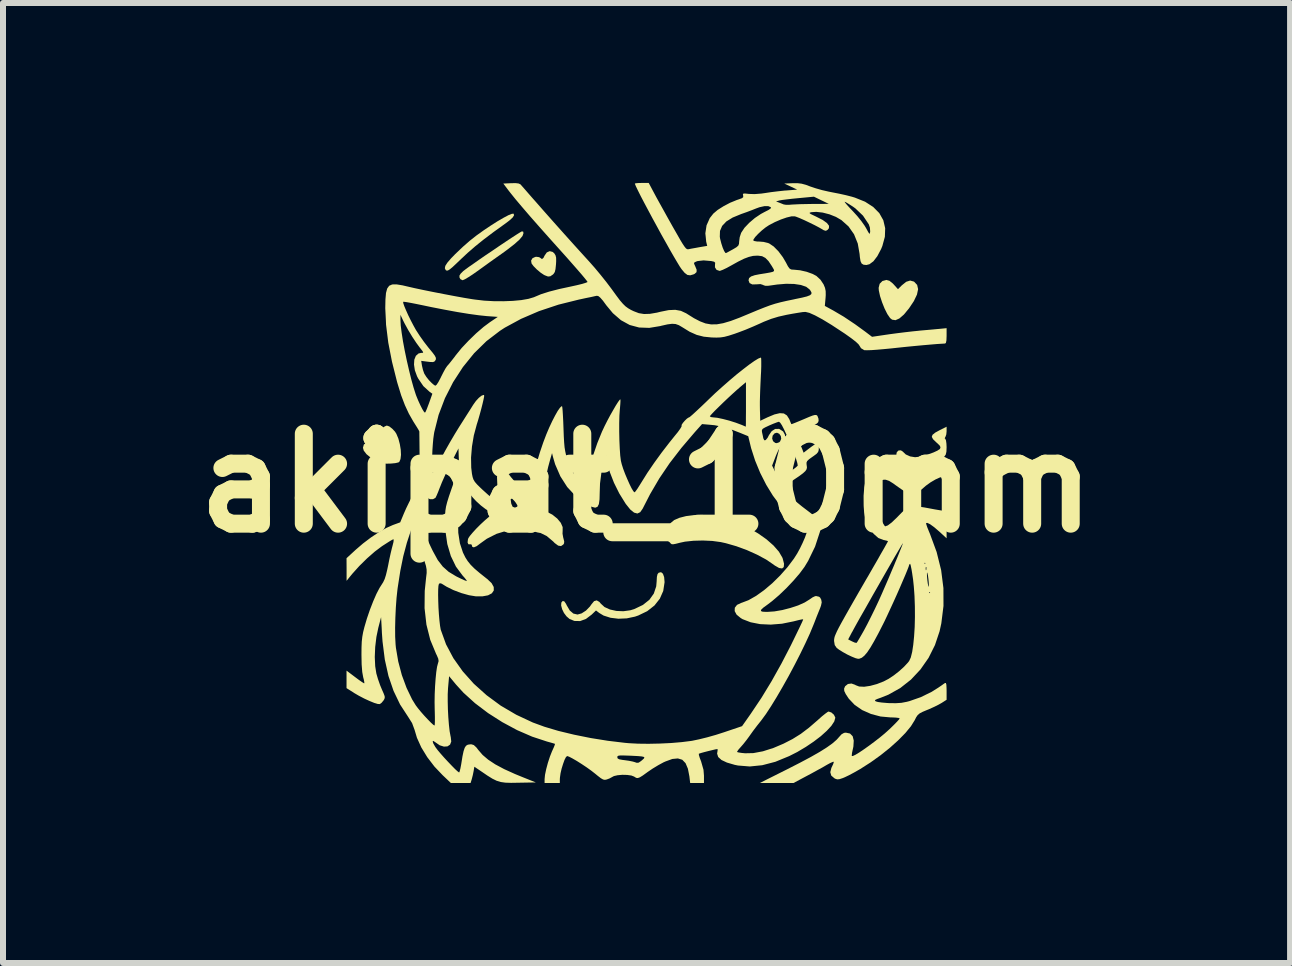
<source format=kicad_pcb>
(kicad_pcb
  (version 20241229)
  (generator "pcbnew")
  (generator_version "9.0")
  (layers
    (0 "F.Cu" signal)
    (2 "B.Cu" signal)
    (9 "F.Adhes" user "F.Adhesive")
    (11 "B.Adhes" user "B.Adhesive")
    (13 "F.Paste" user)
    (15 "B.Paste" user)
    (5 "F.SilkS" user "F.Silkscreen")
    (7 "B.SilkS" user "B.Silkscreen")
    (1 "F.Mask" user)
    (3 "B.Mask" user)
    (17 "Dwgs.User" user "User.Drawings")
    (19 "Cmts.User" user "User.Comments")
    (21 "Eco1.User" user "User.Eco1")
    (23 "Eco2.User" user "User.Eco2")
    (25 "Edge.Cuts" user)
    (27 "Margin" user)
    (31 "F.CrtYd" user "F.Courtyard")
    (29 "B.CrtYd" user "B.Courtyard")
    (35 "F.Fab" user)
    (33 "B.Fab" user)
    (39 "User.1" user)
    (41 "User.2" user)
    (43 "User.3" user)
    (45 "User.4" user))
  (footprint "akipat_10mm"
    (layer "F.Cu")
    (at 7.729 5.002)
    (property "Reference" "akipat_10mm" (at 0 0 0) (layer "F.SilkS") (effects (font (size 1.5 1.5) (thickness 0.3))))
    (attr board_only exclude_from_pos_files exclude_from_bom)
    (fp_poly (pts (xy -1.565 -3.852) (xy -1.538 -3.828) (xy -1.518 -3.796) (xy -1.508 -3.757) (xy -1.507 -3.699) (xy -1.51 -3.645) (xy -1.518 -3.567) (xy -1.53 -3.517) (xy -1.551 -3.485) (xy -1.563 -3.474) (xy -1.605 -3.446) (xy -1.643 -3.442) (xy -1.693 -3.461) (xy -1.71 -3.469) (xy -1.767 -3.507) (xy -1.83 -3.56) (xy -1.885 -3.616) (xy -1.917 -3.659) (xy -1.925 -3.707) (xy -1.902 -3.747) (xy -1.855 -3.769) (xy -1.837 -3.771) (xy -1.792 -3.765) (xy -1.768 -3.751) (xy -1.744 -3.733) (xy -1.719 -3.753) (xy -1.7 -3.791) (xy -1.663 -3.844) (xy -1.615 -3.865)) (stroke (width 0) (type solid)) (fill yes) (layer "F.SilkS"))
    (fp_poly (pts (xy 2.38 -0.477) (xy 2.412 -0.44) (xy 2.423 -0.372) (xy 2.423 -0.369) (xy 2.414 -0.307) (xy 2.38 -0.263) (xy 2.371 -0.255) (xy 2.318 -0.222) (xy 2.276 -0.22) (xy 2.239 -0.246) (xy 2.21 -0.297) (xy 2.208 -0.355) (xy 2.247 -0.355) (xy 2.253 -0.318) (xy 2.259 -0.307) (xy 2.285 -0.304) (xy 2.318 -0.322) (xy 2.341 -0.349) (xy 2.345 -0.362) (xy 2.328 -0.385) (xy 2.296 -0.391) (xy 2.257 -0.381) (xy 2.247 -0.355) (xy 2.208 -0.355) (xy 2.207 -0.358) (xy 2.226 -0.418) (xy 2.263 -0.465) (xy 2.313 -0.488) (xy 2.322 -0.488)) (stroke (width 0) (type solid)) (fill yes) (layer "F.SilkS"))
    (fp_poly (pts (xy 4.049 -3.371) (xy 4.104 -3.327) (xy 4.122 -3.308) (xy 4.191 -3.231) (xy 4.255 -3.295) (xy 4.328 -3.354) (xy 4.394 -3.375) (xy 4.456 -3.358) (xy 4.462 -3.354) (xy 4.511 -3.302) (xy 4.527 -3.231) (xy 4.508 -3.141) (xy 4.456 -3.032) (xy 4.376 -2.912) (xy 4.29 -2.808) (xy 4.215 -2.743) (xy 4.15 -2.714) (xy 4.093 -2.723) (xy 4.059 -2.75) (xy 4.014 -2.816) (xy 3.968 -2.908) (xy 3.926 -3.013) (xy 3.892 -3.117) (xy 3.872 -3.21) (xy 3.869 -3.254) (xy 3.886 -3.321) (xy 3.932 -3.367) (xy 3.998 -3.385) (xy 3.999 -3.385)) (stroke (width 0) (type solid)) (fill yes) (layer "F.SilkS"))
    (fp_poly (pts (xy -2.216 -4.489) (xy -2.209 -4.463) (xy -2.233 -4.425) (xy -2.288 -4.375) (xy -2.357 -4.323) (xy -2.549 -4.185) (xy -2.712 -4.062) (xy -2.855 -3.947) (xy -2.982 -3.837) (xy -3.089 -3.737) (xy -3.175 -3.655) (xy -3.237 -3.597) (xy -3.281 -3.561) (xy -3.311 -3.543) (xy -3.331 -3.54) (xy -3.346 -3.548) (xy -3.348 -3.549) (xy -3.363 -3.58) (xy -3.355 -3.62) (xy -3.321 -3.673) (xy -3.26 -3.744) (xy -3.19 -3.816) (xy -3.064 -3.936) (xy -2.95 -4.036) (xy -2.836 -4.126) (xy -2.71 -4.216) (xy -2.607 -4.285) (xy -2.488 -4.361) (xy -2.385 -4.421) (xy -2.304 -4.464) (xy -2.246 -4.487) (xy -2.217 -4.49)) (stroke (width 0) (type solid)) (fill yes) (layer "F.SilkS"))
    (fp_poly (pts (xy -4.289 -0.943) (xy -4.24 -0.905) (xy -4.194 -0.856) (xy -4.171 -0.82) (xy -4.137 -0.738) (xy -4.113 -0.646) (xy -4.098 -0.554) (xy -4.094 -0.469) (xy -4.102 -0.399) (xy -4.121 -0.354) (xy -4.136 -0.343) (xy -4.188 -0.331) (xy -4.26 -0.324) (xy -4.335 -0.322) (xy -4.397 -0.326) (xy -4.416 -0.33) (xy -4.513 -0.37) (xy -4.6 -0.423) (xy -4.67 -0.481) (xy -4.715 -0.54) (xy -4.728 -0.587) (xy -4.713 -0.642) (xy -4.666 -0.673) (xy -4.589 -0.681) (xy -4.553 -0.678) (xy -4.462 -0.667) (xy -4.461 -0.767) (xy -4.456 -0.833) (xy -4.44 -0.876) (xy -4.408 -0.912) (xy -4.407 -0.913) (xy -4.365 -0.943) (xy -4.332 -0.957) (xy -4.329 -0.957)) (stroke (width 0) (type solid)) (fill yes) (layer "F.SilkS"))
    (fp_poly (pts (xy -2.057 -4.191) (xy -2.052 -4.164) (xy -2.068 -4.118) (xy -2.119 -4.057) (xy -2.204 -3.981) (xy -2.324 -3.888) (xy -2.405 -3.829) (xy -2.507 -3.757) (xy -2.625 -3.673) (xy -2.741 -3.589) (xy -2.819 -3.533) (xy -2.9 -3.476) (xy -2.973 -3.429) (xy -3.029 -3.396) (xy -3.064 -3.381) (xy -3.067 -3.38) (xy -3.102 -3.397) (xy -3.118 -3.423) (xy -3.12 -3.456) (xy -3.1 -3.489) (xy -3.056 -3.533) (xy -3.022 -3.559) (xy -2.962 -3.603) (xy -2.881 -3.659) (xy -2.786 -3.726) (xy -2.68 -3.799) (xy -2.568 -3.874) (xy -2.457 -3.95) (xy -2.351 -4.021) (xy -2.256 -4.084) (xy -2.176 -4.136) (xy -2.117 -4.173) (xy -2.084 -4.192) (xy -2.081 -4.194)) (stroke (width 0) (type solid)) (fill yes) (layer "F.SilkS"))
    (fp_poly (pts (xy 1.072 0.543) (xy 1.196 0.563) (xy 1.367 0.608) (xy 1.539 0.672) (xy 1.705 0.751) (xy 1.86 0.841) (xy 1.999 0.939) (xy 2.116 1.042) (xy 2.206 1.145) (xy 2.265 1.246) (xy 2.271 1.264) (xy 2.292 1.347) (xy 2.287 1.402) (xy 2.259 1.425) (xy 2.209 1.417) (xy 2.139 1.377) (xy 2.115 1.359) (xy 1.993 1.276) (xy 1.842 1.195) (xy 1.673 1.119) (xy 1.496 1.054) (xy 1.322 1.004) (xy 1.236 0.985) (xy 1.095 0.966) (xy 0.939 0.959) (xy 0.783 0.963) (xy 0.641 0.978) (xy 0.557 0.996) (xy 0.486 1.014) (xy 0.443 1.022) (xy 0.418 1.02) (xy 0.4 1.006) (xy 0.389 0.992) (xy 0.358 0.967) (xy 0.335 0.965) (xy 0.324 0.958) (xy 0.321 0.925) (xy 0.325 0.878) (xy 0.334 0.832) (xy 0.347 0.797) (xy 0.351 0.792) (xy 0.366 0.758) (xy 0.374 0.724) (xy 0.401 0.667) (xy 0.461 0.618) (xy 0.549 0.58) (xy 0.659 0.552) (xy 0.786 0.536) (xy 0.926 0.532)) (stroke (width 0) (type solid)) (fill yes) (layer "F.SilkS"))
    (fp_poly (pts (xy 5.002 -0.864) (xy 4.997 -0.81) (xy 4.984 -0.772) (xy 4.981 -0.768) (xy 4.97 -0.745) (xy 4.981 -0.734) (xy 4.992 -0.709) (xy 4.999 -0.657) (xy 5.002 -0.598) (xy 4.999 -0.522) (xy 4.988 -0.474) (xy 4.967 -0.444) (xy 4.965 -0.441) (xy 4.916 -0.411) (xy 4.839 -0.379) (xy 4.742 -0.346) (xy 4.636 -0.317) (xy 4.53 -0.293) (xy 4.434 -0.278) (xy 4.372 -0.274) (xy 4.341 -0.287) (xy 4.294 -0.32) (xy 4.25 -0.36) (xy 4.198 -0.413) (xy 4.171 -0.449) (xy 4.164 -0.478) (xy 4.171 -0.51) (xy 4.174 -0.516) (xy 4.201 -0.542) (xy 4.24 -0.544) (xy 4.273 -0.523) (xy 4.273 -0.522) (xy 4.321 -0.476) (xy 4.394 -0.443) (xy 4.474 -0.43) (xy 4.479 -0.43) (xy 4.541 -0.437) (xy 4.619 -0.455) (xy 4.703 -0.48) (xy 4.783 -0.509) (xy 4.848 -0.539) (xy 4.888 -0.565) (xy 4.893 -0.572) (xy 4.9 -0.596) (xy 4.888 -0.622) (xy 4.85 -0.66) (xy 4.827 -0.68) (xy 4.776 -0.73) (xy 4.755 -0.769) (xy 4.767 -0.803) (xy 4.811 -0.839) (xy 4.884 -0.879) (xy 5.002 -0.938)) (stroke (width 0) (type solid)) (fill yes) (layer "F.SilkS"))
    (fp_poly (pts (xy 0.273 1.513) (xy 0.293 1.569) (xy 0.3 1.65) (xy 0.3 1.656) (xy 0.278 1.8) (xy 0.221 1.929) (xy 0.132 2.042) (xy 0.011 2.137) (xy -0.138 2.209) (xy -0.193 2.228) (xy -0.33 2.257) (xy -0.469 2.263) (xy -0.601 2.247) (xy -0.717 2.21) (xy -0.79 2.166) (xy -0.843 2.125) (xy -0.915 2.194) (xy -1.01 2.266) (xy -1.107 2.302) (xy -1.203 2.3) (xy -1.284 2.267) (xy -1.334 2.224) (xy -1.377 2.167) (xy -1.408 2.103) (xy -1.424 2.042) (xy -1.421 1.994) (xy -1.398 1.967) (xy -1.398 1.967) (xy -1.371 1.974) (xy -1.342 2.016) (xy -1.332 2.038) (xy -1.28 2.126) (xy -1.22 2.177) (xy -1.151 2.193) (xy -1.083 2.174) (xy -1.01 2.127) (xy -0.944 2.059) (xy -0.919 2.023) (xy -0.875 1.97) (xy -0.831 1.957) (xy -0.786 1.983) (xy -0.763 2.011) (xy -0.701 2.068) (xy -0.611 2.109) (xy -0.503 2.133) (xy -0.387 2.138) (xy -0.271 2.122) (xy -0.205 2.102) (xy -0.061 2.033) (xy 0.047 1.947) (xy 0.121 1.843) (xy 0.161 1.723) (xy 0.168 1.642) (xy 0.172 1.565) (xy 0.183 1.519) (xy 0.202 1.496) (xy 0.242 1.487)) (stroke (width 0) (type solid)) (fill yes) (layer "F.SilkS"))
    (fp_poly (pts (xy 5.002 -0.24) (xy 5.002 -0.104) (xy 4.945 -0.104) (xy 4.89 -0.092) (xy 4.817 -0.059) (xy 4.735 -0.011) (xy 4.656 0.046) (xy 4.594 0.1) (xy 4.529 0.151) (xy 4.462 0.181) (xy 4.454 0.183) (xy 4.422 0.187) (xy 4.391 0.183) (xy 4.354 0.17) (xy 4.307 0.143) (xy 4.243 0.101) (xy 4.155 0.039) (xy 4.114 0.009) (xy 4.044 -0.035) (xy 3.988 -0.054) (xy 3.958 -0.055) (xy 3.921 -0.047) (xy 3.899 -0.027) (xy 3.882 0.016) (xy 3.873 0.049) (xy 3.86 0.127) (xy 3.853 0.231) (xy 3.854 0.332) (xy 3.86 0.429) (xy 3.869 0.5) (xy 3.886 0.558) (xy 3.912 0.616) (xy 3.914 0.62) (xy 3.944 0.675) (xy 3.967 0.712) (xy 3.978 0.723) (xy 4.022 0.707) (xy 4.087 0.658) (xy 4.172 0.577) (xy 4.201 0.547) (xy 4.264 0.483) (xy 4.311 0.442) (xy 4.351 0.418) (xy 4.394 0.405) (xy 4.422 0.4) (xy 4.499 0.396) (xy 4.587 0.401) (xy 4.627 0.407) (xy 4.709 0.422) (xy 4.805 0.44) (xy 4.87 0.451) (xy 5.002 0.473) (xy 5.002 0.697) (xy 5.002 0.922) (xy 4.88 0.81) (xy 4.794 0.736) (xy 4.726 0.687) (xy 4.68 0.665) (xy 4.66 0.668) (xy 4.663 0.688) (xy 4.679 0.737) (xy 4.706 0.804) (xy 4.726 0.852) (xy 4.836 1.151) (xy 4.911 1.453) (xy 4.949 1.753) (xy 4.95 2.05) (xy 4.914 2.34) (xy 4.885 2.472) (xy 4.808 2.702) (xy 4.701 2.916) (xy 4.566 3.109) (xy 4.408 3.278) (xy 4.229 3.419) (xy 4.032 3.529) (xy 3.907 3.579) (xy 3.843 3.602) (xy 3.812 3.617) (xy 3.808 3.63) (xy 3.822 3.641) (xy 3.857 3.651) (xy 3.92 3.66) (xy 4.001 3.667) (xy 4.046 3.67) (xy 4.158 3.671) (xy 4.249 3.665) (xy 4.338 3.648) (xy 4.384 3.636) (xy 4.573 3.57) (xy 4.754 3.481) (xy 4.865 3.411) (xy 4.919 3.374) (xy 4.961 3.344) (xy 4.977 3.334) (xy 4.99 3.335) (xy 4.998 3.362) (xy 5.001 3.42) (xy 5.002 3.467) (xy 5.002 3.614) (xy 4.919 3.667) (xy 4.86 3.7) (xy 4.78 3.739) (xy 4.695 3.777) (xy 4.679 3.783) (xy 4.603 3.815) (xy 4.553 3.841) (xy 4.52 3.869) (xy 4.494 3.907) (xy 4.47 3.955) (xy 4.407 4.056) (xy 4.314 4.169) (xy 4.195 4.29) (xy 4.056 4.415) (xy 3.901 4.539) (xy 3.735 4.658) (xy 3.563 4.768) (xy 3.547 4.777) (xy 3.461 4.826) (xy 3.377 4.871) (xy 3.306 4.905) (xy 3.273 4.919) (xy 3.215 4.938) (xy 3.178 4.941) (xy 3.144 4.93) (xy 3.132 4.923) (xy 3.079 4.878) (xy 3.063 4.821) (xy 3.081 4.75) (xy 3.088 4.735) (xy 3.111 4.687) (xy 3.121 4.653) (xy 3.121 4.647) (xy 3.104 4.65) (xy 3.061 4.669) (xy 3.004 4.7) (xy 2.999 4.703) (xy 2.934 4.741) (xy 2.846 4.789) (xy 2.748 4.843) (xy 2.665 4.887) (xy 2.449 5.002) (xy 2.168 5.002) (xy 1.887 5.002) (xy 2.346 4.772) (xy 2.559 4.663) (xy 2.739 4.567) (xy 2.888 4.482) (xy 3.007 4.407) (xy 3.099 4.341) (xy 3.168 4.281) (xy 3.202 4.243) (xy 3.25 4.19) (xy 3.292 4.166) (xy 3.323 4.162) (xy 3.392 4.177) (xy 3.436 4.222) (xy 3.454 4.294) (xy 3.448 4.394) (xy 3.437 4.445) (xy 3.425 4.501) (xy 3.421 4.542) (xy 3.422 4.551) (xy 3.44 4.551) (xy 3.484 4.53) (xy 3.547 4.492) (xy 3.624 4.44) (xy 3.71 4.379) (xy 3.8 4.312) (xy 3.889 4.243) (xy 3.97 4.176) (xy 4.039 4.114) (xy 4.045 4.109) (xy 4.112 4.044) (xy 4.167 3.988) (xy 4.205 3.947) (xy 4.22 3.926) (xy 4.22 3.925) (xy 4.202 3.917) (xy 4.155 3.911) (xy 4.086 3.908) (xy 4.066 3.908) (xy 3.901 3.893) (xy 3.742 3.851) (xy 3.595 3.786) (xy 3.47 3.7) (xy 3.373 3.598) (xy 3.368 3.591) (xy 3.321 3.52) (xy 3.296 3.468) (xy 3.293 3.429) (xy 3.309 3.391) (xy 3.312 3.387) (xy 3.357 3.351) (xy 3.416 3.343) (xy 3.478 3.365) (xy 3.486 3.371) (xy 3.544 3.393) (xy 3.628 3.397) (xy 3.729 3.382) (xy 3.84 3.352) (xy 3.953 3.308) (xy 4.035 3.265) (xy 4.118 3.21) (xy 4.208 3.14) (xy 4.292 3.064) (xy 4.358 2.993) (xy 4.378 2.967) (xy 4.405 2.909) (xy 4.428 2.817) (xy 4.446 2.698) (xy 4.46 2.557) (xy 4.47 2.4) (xy 4.474 2.232) (xy 4.473 2.06) (xy 4.467 1.888) (xy 4.463 1.827) (xy 4.709 1.827) (xy 4.719 1.837) (xy 4.728 1.827) (xy 4.719 1.817) (xy 4.709 1.827) (xy 4.463 1.827) (xy 4.455 1.723) (xy 4.443 1.608) (xy 4.429 1.514) (xy 4.674 1.514) (xy 4.676 1.564) (xy 4.681 1.62) (xy 4.689 1.681) (xy 4.698 1.721) (xy 4.704 1.731) (xy 4.706 1.708) (xy 4.704 1.658) (xy 4.699 1.602) (xy 4.691 1.541) (xy 4.682 1.502) (xy 4.676 1.491) (xy 4.674 1.514) (xy 4.429 1.514) (xy 4.429 1.512) (xy 4.416 1.433) (xy 4.414 1.426) (xy 4.653 1.426) (xy 4.656 1.454) (xy 4.663 1.451) (xy 4.666 1.411) (xy 4.663 1.402) (xy 4.656 1.399) (xy 4.653 1.426) (xy 4.414 1.426) (xy 4.404 1.376) (xy 4.395 1.349) (xy 4.393 1.348) (xy 4.377 1.363) (xy 4.377 1.368) (xy 4.369 1.395) (xy 4.347 1.452) (xy 4.314 1.533) (xy 4.271 1.633) (xy 4.223 1.745) (xy 4.17 1.865) (xy 4.115 1.987) (xy 4.061 2.104) (xy 4.011 2.212) (xy 3.967 2.305) (xy 3.952 2.335) (xy 3.866 2.504) (xy 3.793 2.639) (xy 3.731 2.745) (xy 3.678 2.824) (xy 3.631 2.879) (xy 3.589 2.913) (xy 3.549 2.929) (xy 3.526 2.931) (xy 3.485 2.921) (xy 3.421 2.895) (xy 3.347 2.86) (xy 3.273 2.819) (xy 3.209 2.779) (xy 3.17 2.75) (xy 3.137 2.702) (xy 3.126 2.634) (xy 3.126 2.629) (xy 3.127 2.608) (xy 3.361 2.608) (xy 3.424 2.64) (xy 3.469 2.66) (xy 3.498 2.666) (xy 3.501 2.665) (xy 3.515 2.646) (xy 3.543 2.599) (xy 3.582 2.532) (xy 3.628 2.451) (xy 3.63 2.447) (xy 3.681 2.351) (xy 3.741 2.232) (xy 3.804 2.104) (xy 3.863 1.979) (xy 3.879 1.944) (xy 3.925 1.841) (xy 3.975 1.726) (xy 4.028 1.604) (xy 4.08 1.48) (xy 4.131 1.361) (xy 4.14 1.338) (xy 4.631 1.338) (xy 4.64 1.348) (xy 4.65 1.338) (xy 4.64 1.329) (xy 4.631 1.338) (xy 4.14 1.338) (xy 4.177 1.25) (xy 4.216 1.154) (xy 4.247 1.077) (xy 4.267 1.025) (xy 4.273 1.004) (xy 4.273 1.003) (xy 4.263 1.019) (xy 4.236 1.064) (xy 4.194 1.135) (xy 4.14 1.227) (xy 4.077 1.337) (xy 4.006 1.46) (xy 3.93 1.593) (xy 3.852 1.73) (xy 3.773 1.868) (xy 3.697 2.003) (xy 3.625 2.13) (xy 3.559 2.245) (xy 3.503 2.345) (xy 3.459 2.425) (xy 3.429 2.481) (xy 3.424 2.488) (xy 3.361 2.608) (xy 3.127 2.608) (xy 3.127 2.607) (xy 3.131 2.582) (xy 3.139 2.553) (xy 3.154 2.517) (xy 3.175 2.47) (xy 3.206 2.409) (xy 3.247 2.333) (xy 3.3 2.238) (xy 3.366 2.121) (xy 3.447 1.979) (xy 3.544 1.81) (xy 3.659 1.611) (xy 3.695 1.55) (xy 3.773 1.414) (xy 3.845 1.29) (xy 3.907 1.18) (xy 3.959 1.09) (xy 3.997 1.022) (xy 4.02 0.981) (xy 4.025 0.971) (xy 4.008 0.963) (xy 3.965 0.953) (xy 3.952 0.951) (xy 3.864 0.917) (xy 3.784 0.846) (xy 3.712 0.737) (xy 3.689 0.691) (xy 3.659 0.621) (xy 3.639 0.557) (xy 3.627 0.486) (xy 3.62 0.393) (xy 3.619 0.366) (xy 3.618 0.213) (xy 3.629 0.073) (xy 3.652 -0.047) (xy 3.685 -0.137) (xy 3.694 -0.153) (xy 3.761 -0.23) (xy 3.848 -0.276) (xy 3.949 -0.292) (xy 4.061 -0.277) (xy 4.178 -0.231) (xy 4.296 -0.156) (xy 4.334 -0.126) (xy 4.416 -0.055) (xy 4.515 -0.144) (xy 4.607 -0.215) (xy 4.713 -0.279) (xy 4.822 -0.33) (xy 4.918 -0.361) (xy 4.929 -0.363) (xy 5.002 -0.376)) (stroke (width 0) (type solid)) (fill yes) (layer "F.SilkS"))
    (fp_poly (pts (xy 0.127 -4.831) (xy 0.164 -4.762) (xy 0.217 -4.666) (xy 0.28 -4.553) (xy 0.348 -4.43) (xy 0.418 -4.305) (xy 0.436 -4.273) (xy 0.507 -4.149) (xy 0.561 -4.054) (xy 0.602 -3.986) (xy 0.633 -3.94) (xy 0.656 -3.912) (xy 0.674 -3.899) (xy 0.691 -3.896) (xy 0.703 -3.898) (xy 0.748 -3.907) (xy 0.816 -3.919) (xy 0.881 -3.931) (xy 1.011 -3.953) (xy 0.994 -4.023) (xy 0.986 -4.106) (xy 1.221 -4.106) (xy 1.226 -4.073) (xy 1.246 -3.995) (xy 1.269 -3.924) (xy 1.293 -3.868) (xy 1.314 -3.836) (xy 1.324 -3.833) (xy 1.348 -3.845) (xy 1.395 -3.871) (xy 1.441 -3.896) (xy 1.498 -3.93) (xy 1.529 -3.957) (xy 1.541 -3.987) (xy 1.544 -4.029) (xy 1.553 -4.098) (xy 1.576 -4.168) (xy 1.581 -4.177) (xy 1.633 -4.255) (xy 1.712 -4.338) (xy 1.806 -4.418) (xy 1.906 -4.485) (xy 1.965 -4.517) (xy 2.036 -4.553) (xy 2.071 -4.579) (xy 2.073 -4.597) (xy 2.073 -4.597) (xy 2.03 -4.615) (xy 1.963 -4.615) (xy 1.882 -4.597) (xy 1.827 -4.577) (xy 1.759 -4.55) (xy 1.672 -4.517) (xy 1.584 -4.486) (xy 1.578 -4.484) (xy 1.435 -4.425) (xy 1.33 -4.36) (xy 1.26 -4.286) (xy 1.224 -4.202) (xy 1.221 -4.106) (xy 0.986 -4.106) (xy 0.98 -4.162) (xy 1 -4.295) (xy 1.054 -4.416) (xy 1.113 -4.491) (xy 1.185 -4.552) (xy 1.283 -4.614) (xy 1.393 -4.672) (xy 1.447 -4.694) (xy 2.159 -4.694) (xy 2.208 -4.675) (xy 2.256 -4.656) (xy 2.286 -4.644) (xy 2.322 -4.638) (xy 2.38 -4.638) (xy 2.413 -4.641) (xy 2.47 -4.644) (xy 2.555 -4.648) (xy 2.657 -4.65) (xy 2.765 -4.652) (xy 2.774 -4.652) (xy 3.038 -4.653) (xy 2.964 -4.689) (xy 3.302 -4.689) (xy 3.308 -4.676) (xy 3.337 -4.641) (xy 3.384 -4.589) (xy 3.442 -4.528) (xy 3.513 -4.45) (xy 3.58 -4.367) (xy 3.634 -4.291) (xy 3.659 -4.25) (xy 3.692 -4.189) (xy 3.711 -4.159) (xy 3.721 -4.156) (xy 3.726 -4.178) (xy 3.728 -4.195) (xy 3.723 -4.259) (xy 3.705 -4.312) (xy 3.608 -4.457) (xy 3.482 -4.577) (xy 3.439 -4.608) (xy 3.378 -4.647) (xy 3.33 -4.676) (xy 3.303 -4.689) (xy 3.302 -4.689) (xy 2.964 -4.689) (xy 2.914 -4.713) (xy 2.79 -4.773) (xy 2.525 -4.748) (xy 2.423 -4.738) (xy 2.331 -4.727) (xy 2.259 -4.718) (xy 2.214 -4.71) (xy 2.21 -4.709) (xy 2.159 -4.694) (xy 1.447 -4.694) (xy 1.503 -4.717) (xy 1.539 -4.729) (xy 1.591 -4.748) (xy 1.612 -4.766) (xy 1.61 -4.793) (xy 1.61 -4.793) (xy 1.606 -4.815) (xy 1.617 -4.825) (xy 1.651 -4.825) (xy 1.707 -4.819) (xy 1.801 -4.816) (xy 1.914 -4.825) (xy 1.978 -4.834) (xy 2.077 -4.849) (xy 2.192 -4.863) (xy 2.304 -4.875) (xy 2.325 -4.876) (xy 2.511 -4.891) (xy 2.403 -4.942) (xy 2.296 -4.992) (xy 2.436 -4.998) (xy 2.517 -4.998) (xy 2.584 -4.99) (xy 2.655 -4.971) (xy 2.729 -4.943) (xy 2.816 -4.914) (xy 2.924 -4.883) (xy 3.038 -4.857) (xy 3.103 -4.844) (xy 3.211 -4.823) (xy 3.324 -4.798) (xy 3.425 -4.772) (xy 3.474 -4.757) (xy 3.643 -4.689) (xy 3.778 -4.602) (xy 3.88 -4.499) (xy 3.947 -4.38) (xy 3.978 -4.248) (xy 3.973 -4.105) (xy 3.931 -3.951) (xy 3.91 -3.9) (xy 3.847 -3.781) (xy 3.782 -3.696) (xy 3.716 -3.647) (xy 3.664 -3.634) (xy 3.617 -3.639) (xy 3.586 -3.658) (xy 3.567 -3.698) (xy 3.556 -3.766) (xy 3.551 -3.82) (xy 3.521 -3.992) (xy 3.459 -4.146) (xy 3.367 -4.277) (xy 3.248 -4.383) (xy 3.157 -4.436) (xy 3.049 -4.479) (xy 2.936 -4.508) (xy 2.829 -4.52) (xy 2.751 -4.515) (xy 2.723 -4.508) (xy 2.717 -4.5) (xy 2.735 -4.485) (xy 2.782 -4.462) (xy 2.826 -4.441) (xy 2.936 -4.385) (xy 3.007 -4.334) (xy 3.042 -4.288) (xy 3.04 -4.247) (xy 3.017 -4.219) (xy 2.989 -4.204) (xy 2.956 -4.213) (xy 2.934 -4.226) (xy 2.877 -4.259) (xy 2.801 -4.299) (xy 2.715 -4.341) (xy 2.629 -4.382) (xy 2.552 -4.416) (xy 2.493 -4.439) (xy 2.469 -4.446) (xy 2.414 -4.445) (xy 2.335 -4.426) (xy 2.24 -4.393) (xy 2.138 -4.349) (xy 2.041 -4.298) (xy 1.982 -4.259) (xy 1.919 -4.208) (xy 1.859 -4.152) (xy 1.811 -4.101) (xy 1.783 -4.06) (xy 1.778 -4.045) (xy 1.796 -4.034) (xy 1.841 -4.026) (xy 1.878 -4.025) (xy 1.951 -4.019) (xy 2.021 -4.002) (xy 2.043 -3.994) (xy 2.119 -3.943) (xy 2.198 -3.863) (xy 2.272 -3.764) (xy 2.324 -3.675) (xy 2.357 -3.612) (xy 2.383 -3.576) (xy 2.409 -3.56) (xy 2.444 -3.556) (xy 2.457 -3.556) (xy 2.559 -3.546) (xy 2.669 -3.521) (xy 2.769 -3.485) (xy 2.831 -3.452) (xy 2.899 -3.389) (xy 2.951 -3.311) (xy 2.975 -3.253) (xy 2.986 -3.199) (xy 2.987 -3.132) (xy 2.984 -3.086) (xy 2.972 -2.952) (xy 3.115 -2.874) (xy 3.288 -2.772) (xy 3.475 -2.647) (xy 3.643 -2.525) (xy 3.759 -2.437) (xy 4.043 -2.479) (xy 4.17 -2.496) (xy 4.307 -2.513) (xy 4.438 -2.528) (xy 4.548 -2.539) (xy 4.552 -2.54) (xy 4.656 -2.549) (xy 4.758 -2.558) (xy 4.844 -2.566) (xy 4.889 -2.57) (xy 5.002 -2.581) (xy 5.002 -2.453) (xy 4.999 -2.376) (xy 4.99 -2.335) (xy 4.977 -2.325) (xy 4.928 -2.322) (xy 4.845 -2.317) (xy 4.738 -2.308) (xy 4.611 -2.297) (xy 4.473 -2.284) (xy 4.328 -2.27) (xy 4.185 -2.255) (xy 4.084 -2.244) (xy 3.959 -2.232) (xy 3.845 -2.222) (xy 3.748 -2.215) (xy 3.675 -2.213) (xy 3.632 -2.214) (xy 3.628 -2.215) (xy 3.575 -2.247) (xy 3.554 -2.282) (xy 3.533 -2.313) (xy 3.487 -2.356) (xy 3.412 -2.414) (xy 3.308 -2.488) (xy 3.267 -2.515) (xy 3.086 -2.634) (xy 2.933 -2.727) (xy 2.809 -2.794) (xy 2.715 -2.836) (xy 2.65 -2.852) (xy 2.644 -2.852) (xy 2.601 -2.849) (xy 2.53 -2.838) (xy 2.44 -2.823) (xy 2.342 -2.805) (xy 2.341 -2.805) (xy 2.199 -2.773) (xy 2.077 -2.736) (xy 1.955 -2.688) (xy 1.885 -2.656) (xy 1.774 -2.607) (xy 1.65 -2.555) (xy 1.531 -2.51) (xy 1.467 -2.487) (xy 1.371 -2.456) (xy 1.299 -2.437) (xy 1.235 -2.427) (xy 1.167 -2.424) (xy 1.086 -2.426) (xy 0.954 -2.439) (xy 0.836 -2.469) (xy 0.719 -2.521) (xy 0.594 -2.598) (xy 0.538 -2.631) (xy 0.484 -2.65) (xy 0.425 -2.654) (xy 0.348 -2.644) (xy 0.246 -2.621) (xy 0.228 -2.616) (xy 0.046 -2.586) (xy -0.124 -2.592) (xy -0.281 -2.634) (xy -0.427 -2.714) (xy -0.562 -2.831) (xy -0.67 -2.961) (xy -0.728 -3.04) (xy -0.771 -3.089) (xy -0.802 -3.115) (xy -0.827 -3.121) (xy -0.83 -3.121) (xy -0.864 -3.114) (xy -0.926 -3.1) (xy -1.011 -3.083) (xy -1.107 -3.062) (xy -1.123 -3.059) (xy -1.469 -2.973) (xy -1.793 -2.865) (xy -2.093 -2.736) (xy -2.364 -2.589) (xy -2.444 -2.537) (xy -2.669 -2.365) (xy -2.876 -2.162) (xy -3.062 -1.932) (xy -3.225 -1.681) (xy -3.361 -1.414) (xy -3.467 -1.135) (xy -3.539 -0.849) (xy -3.545 -0.813) (xy -3.555 -0.741) (xy -3.563 -0.651) (xy -3.57 -0.55) (xy -3.574 -0.447) (xy -3.576 -0.35) (xy -3.576 -0.267) (xy -3.572 -0.205) (xy -3.566 -0.173) (xy -3.565 -0.172) (xy -3.553 -0.184) (xy -3.526 -0.226) (xy -3.489 -0.291) (xy -3.444 -0.375) (xy -3.419 -0.423) (xy -3.354 -0.544) (xy -3.277 -0.68) (xy -3.197 -0.816) (xy -3.124 -0.935) (xy -3.122 -0.938) (xy -3.059 -1.037) (xy -2.997 -1.135) (xy -2.942 -1.221) (xy -2.9 -1.288) (xy -2.89 -1.304) (xy -2.845 -1.367) (xy -2.797 -1.419) (xy -2.752 -1.455) (xy -2.718 -1.468) (xy -2.708 -1.464) (xy -2.708 -1.442) (xy -2.718 -1.391) (xy -2.735 -1.318) (xy -2.757 -1.231) (xy -2.782 -1.139) (xy -2.808 -1.048) (xy -2.833 -0.968) (xy -2.833 -0.967) (xy -2.88 -0.792) (xy -2.911 -0.607) (xy -2.926 -0.424) (xy -2.923 -0.255) (xy -2.911 -0.153) (xy -2.9 -0.099) (xy -2.886 -0.058) (xy -2.863 -0.019) (xy -2.826 0.024) (xy -2.768 0.081) (xy -2.732 0.115) (xy -2.64 0.198) (xy -2.566 0.26) (xy -2.51 0.299) (xy -2.478 0.311) (xy -2.472 0.309) (xy -2.471 0.288) (xy -2.471 0.278) (xy -2.265 0.278) (xy -2.257 0.337) (xy -2.254 0.349) (xy -2.232 0.397) (xy -2.194 0.41) (xy -2.156 0.395) (xy -2.153 0.373) (xy -2.181 0.328) (xy -2.2 0.304) (xy -2.239 0.263) (xy -2.26 0.254) (xy -2.265 0.278) (xy -2.471 0.278) (xy -2.474 0.238) (xy -2.48 0.166) (xy -2.484 0.127) (xy -2.493 -0.094) (xy -2.475 -0.303) (xy -2.468 -0.341) (xy -2.459 -0.379) (xy -2.448 -0.383) (xy -2.429 -0.36) (xy -2.403 -0.32) (xy -2.37 -0.263) (xy -2.355 -0.234) (xy -2.315 -0.17) (xy -2.261 -0.098) (xy -2.224 -0.055) (xy -2.165 0.012) (xy -2.099 0.091) (xy -2.054 0.148) (xy -2.007 0.206) (xy -1.975 0.233) (xy -1.954 0.227) (xy -1.94 0.187) (xy -1.928 0.11) (xy -1.925 0.088) (xy -1.905 -0.033) (xy -1.872 -0.18) (xy -1.829 -0.343) (xy -1.778 -0.512) (xy -1.722 -0.677) (xy -1.671 -0.811) (xy -1.623 -0.924) (xy -1.573 -1.031) (xy -1.525 -1.124) (xy -1.482 -1.2) (xy -1.445 -1.253) (xy -1.419 -1.279) (xy -1.408 -1.278) (xy -1.404 -1.256) (xy -1.399 -1.201) (xy -1.394 -1.12) (xy -1.389 -1.019) (xy -1.385 -0.912) (xy -1.38 -0.778) (xy -1.374 -0.675) (xy -1.367 -0.595) (xy -1.356 -0.529) (xy -1.343 -0.469) (xy -1.324 -0.407) (xy -1.322 -0.401) (xy -1.289 -0.312) (xy -1.251 -0.223) (xy -1.214 -0.152) (xy -1.21 -0.147) (xy -1.167 -0.084) (xy -1.117 -0.021) (xy -1.067 0.036) (xy -1.024 0.078) (xy -0.995 0.097) (xy -0.992 0.098) (xy -0.984 0.08) (xy -0.978 0.035) (xy -0.977 -0.001) (xy -0.966 -0.136) (xy -0.935 -0.297) (xy -0.886 -0.475) (xy -0.821 -0.665) (xy -0.742 -0.859) (xy -0.738 -0.867) (xy -0.7 -0.948) (xy -0.655 -1.037) (xy -0.607 -1.127) (xy -0.558 -1.213) (xy -0.514 -1.289) (xy -0.476 -1.349) (xy -0.449 -1.386) (xy -0.436 -1.395) (xy -0.436 -1.394) (xy -0.435 -1.367) (xy -0.438 -1.312) (xy -0.444 -1.239) (xy -0.446 -1.22) (xy -0.453 -1.122) (xy -0.456 -0.997) (xy -0.456 -0.857) (xy -0.453 -0.713) (xy -0.447 -0.576) (xy -0.439 -0.457) (xy -0.428 -0.371) (xy -0.414 -0.313) (xy -0.39 -0.237) (xy -0.358 -0.152) (xy -0.321 -0.064) (xy -0.284 0.019) (xy -0.25 0.088) (xy -0.221 0.136) (xy -0.202 0.156) (xy -0.201 0.156) (xy -0.185 0.141) (xy -0.154 0.098) (xy -0.114 0.035) (xy -0.078 -0.023) (xy 0.014 -0.17) (xy 0.126 -0.334) (xy 0.25 -0.505) (xy 0.378 -0.671) (xy 0.467 -0.782) (xy 0.521 -0.848) (xy 0.561 -0.904) (xy 0.583 -0.941) (xy 0.584 -0.955) (xy 0.585 -0.97) (xy 0.606 -1.002) (xy 0.638 -1.039) (xy 0.673 -1.073) (xy 0.702 -1.092) (xy 0.71 -1.094) (xy 0.728 -1.107) (xy 0.734 -1.112) (xy 1.055 -1.112) (xy 1.072 -1.099) (xy 1.11 -1.094) (xy 1.179 -1.087) (xy 1.273 -1.067) (xy 1.381 -1.039) (xy 1.491 -1.004) (xy 1.592 -0.966) (xy 1.654 -0.939) (xy 1.655 -0.957) (xy 1.656 -1.009) (xy 1.656 -1.087) (xy 1.657 -1.186) (xy 1.657 -1.301) (xy 1.657 -1.309) (xy 1.657 -1.68) (xy 1.566 -1.604) (xy 1.506 -1.552) (xy 1.434 -1.487) (xy 1.356 -1.415) (xy 1.278 -1.341) (xy 1.204 -1.269) (xy 1.139 -1.205) (xy 1.09 -1.154) (xy 1.061 -1.121) (xy 1.055 -1.112) (xy 0.734 -1.112) (xy 0.771 -1.144) (xy 0.832 -1.2) (xy 0.909 -1.272) (xy 0.996 -1.355) (xy 1.034 -1.392) (xy 1.147 -1.5) (xy 1.266 -1.607) (xy 1.386 -1.712) (xy 1.503 -1.811) (xy 1.614 -1.899) (xy 1.713 -1.975) (xy 1.797 -2.034) (xy 1.862 -2.074) (xy 1.903 -2.09) (xy 1.907 -2.091) (xy 1.911 -2.072) (xy 1.912 -2.022) (xy 1.912 -1.946) (xy 1.909 -1.851) (xy 1.906 -1.802) (xy 1.899 -1.654) (xy 1.894 -1.536) (xy 1.891 -1.441) (xy 1.889 -1.361) (xy 1.889 -1.287) (xy 1.89 -1.212) (xy 1.891 -1.178) (xy 1.895 -1.037) (xy 2.017 -1.095) (xy 2.132 -1.143) (xy 2.221 -1.164) (xy 2.289 -1.159) (xy 2.34 -1.126) (xy 2.378 -1.066) (xy 2.384 -1.052) (xy 2.402 -1.007) (xy 2.413 -0.983) (xy 2.414 -0.981) (xy 2.432 -0.986) (xy 2.478 -1.004) (xy 2.546 -1.032) (xy 2.62 -1.063) (xy 2.709 -1.101) (xy 2.768 -1.124) (xy 2.806 -1.134) (xy 2.829 -1.134) (xy 2.844 -1.123) (xy 2.849 -1.118) (xy 2.866 -1.072) (xy 2.868 -1.037) (xy 2.86 -1.012) (xy 2.839 -0.991) (xy 2.798 -0.967) (xy 2.729 -0.938) (xy 2.683 -0.919) (xy 2.606 -0.889) (xy 2.542 -0.862) (xy 2.502 -0.844) (xy 2.492 -0.838) (xy 2.494 -0.816) (xy 2.509 -0.769) (xy 2.532 -0.711) (xy 2.562 -0.643) (xy 2.588 -0.583) (xy 2.601 -0.55) (xy 2.618 -0.505) (xy 2.692 -0.562) (xy 2.749 -0.605) (xy 2.804 -0.644) (xy 2.818 -0.654) (xy 2.872 -0.688) (xy 2.872 -0.599) (xy 2.87 -0.55) (xy 2.86 -0.517) (xy 2.834 -0.486) (xy 2.784 -0.449) (xy 2.765 -0.436) (xy 2.708 -0.395) (xy 2.677 -0.365) (xy 2.666 -0.338) (xy 2.668 -0.304) (xy 2.669 -0.298) (xy 2.674 -0.261) (xy 2.668 -0.23) (xy 2.648 -0.199) (xy 2.608 -0.162) (xy 2.545 -0.115) (xy 2.456 -0.055) (xy 2.283 0.061) (xy 2.337 0.133) (xy 2.393 0.206) (xy 2.448 0.267) (xy 2.511 0.326) (xy 2.592 0.392) (xy 2.667 0.449) (xy 2.743 0.507) (xy 2.81 0.562) (xy 2.861 0.605) (xy 2.884 0.627) (xy 2.905 0.653) (xy 2.915 0.676) (xy 2.914 0.709) (xy 2.903 0.761) (xy 2.89 0.814) (xy 2.809 1.061) (xy 2.694 1.298) (xy 2.633 1.399) (xy 2.553 1.507) (xy 2.45 1.627) (xy 2.333 1.751) (xy 2.211 1.868) (xy 2.093 1.969) (xy 2.017 2.027) (xy 1.947 2.078) (xy 1.91 2.113) (xy 1.906 2.135) (xy 1.936 2.146) (xy 1.999 2.149) (xy 2.012 2.149) (xy 2.131 2.141) (xy 2.264 2.118) (xy 2.399 2.083) (xy 2.527 2.041) (xy 2.636 1.992) (xy 2.715 1.943) (xy 2.767 1.907) (xy 2.81 1.887) (xy 2.829 1.885) (xy 2.865 1.894) (xy 2.874 1.895) (xy 2.894 1.911) (xy 2.912 1.945) (xy 2.92 1.99) (xy 2.908 2.046) (xy 2.893 2.087) (xy 2.869 2.146) (xy 2.836 2.228) (xy 2.801 2.319) (xy 2.783 2.364) (xy 2.723 2.509) (xy 2.648 2.672) (xy 2.562 2.849) (xy 2.468 3.033) (xy 2.369 3.219) (xy 2.268 3.399) (xy 2.169 3.569) (xy 2.075 3.722) (xy 1.99 3.852) (xy 1.916 3.953) (xy 1.906 3.966) (xy 1.843 4.045) (xy 1.777 4.132) (xy 1.722 4.209) (xy 1.721 4.211) (xy 1.668 4.283) (xy 1.612 4.354) (xy 1.57 4.402) (xy 1.532 4.445) (xy 1.511 4.476) (xy 1.509 4.485) (xy 1.532 4.492) (xy 1.582 4.5) (xy 1.643 4.506) (xy 1.781 4.503) (xy 1.94 4.473) (xy 2.116 4.417) (xy 2.283 4.346) (xy 2.433 4.269) (xy 2.571 4.183) (xy 2.708 4.079) (xy 2.855 3.952) (xy 2.858 3.949) (xy 2.923 3.891) (xy 2.979 3.846) (xy 3.019 3.817) (xy 3.034 3.81) (xy 3.081 3.826) (xy 3.123 3.863) (xy 3.145 3.907) (xy 3.146 3.916) (xy 3.129 3.976) (xy 3.08 4.05) (xy 3.004 4.132) (xy 2.905 4.221) (xy 2.787 4.311) (xy 2.655 4.4) (xy 2.512 4.485) (xy 2.378 4.553) (xy 2.147 4.648) (xy 1.929 4.705) (xy 1.721 4.726) (xy 1.524 4.71) (xy 1.47 4.699) (xy 1.34 4.661) (xy 1.249 4.618) (xy 1.194 4.568) (xy 1.176 4.512) (xy 1.182 4.474) (xy 1.186 4.444) (xy 1.179 4.436) (xy 1.147 4.441) (xy 1.092 4.454) (xy 1.026 4.47) (xy 0.96 4.487) (xy 0.906 4.502) (xy 0.874 4.513) (xy 0.871 4.515) (xy 0.873 4.537) (xy 0.887 4.584) (xy 0.909 4.641) (xy 0.949 4.781) (xy 0.957 4.88) (xy 0.957 5.002) (xy 0.842 5.002) (xy 0.727 5.002) (xy 0.714 4.891) (xy 0.689 4.763) (xy 0.65 4.671) (xy 0.595 4.614) (xy 0.522 4.592) (xy 0.429 4.601) (xy 0.314 4.643) (xy 0.283 4.657) (xy 0.198 4.703) (xy 0.102 4.761) (xy 0.015 4.82) (xy 0.01 4.824) (xy -0.062 4.876) (xy -0.112 4.907) (xy -0.146 4.919) (xy -0.173 4.916) (xy -0.201 4.899) (xy -0.206 4.895) (xy -0.253 4.877) (xy -0.323 4.867) (xy -0.405 4.865) (xy -0.483 4.872) (xy -0.544 4.886) (xy -0.563 4.896) (xy -0.616 4.925) (xy -0.664 4.943) (xy -0.695 4.949) (xy -0.725 4.943) (xy -0.762 4.922) (xy -0.815 4.881) (xy -0.854 4.849) (xy -0.919 4.798) (xy -0.997 4.742) (xy -1.081 4.686) (xy -1.163 4.634) (xy -1.236 4.592) (xy -1.274 4.572) (xy -0.488 4.572) (xy -0.481 4.593) (xy -0.454 4.607) (xy -0.4 4.617) (xy -0.366 4.621) (xy -0.295 4.631) (xy -0.235 4.643) (xy -0.205 4.651) (xy -0.163 4.665) (xy -0.131 4.662) (xy -0.093 4.636) (xy -0.075 4.621) (xy -0.047 4.596) (xy -0.036 4.579) (xy -0.045 4.567) (xy -0.078 4.559) (xy -0.141 4.553) (xy -0.236 4.548) (xy -0.278 4.546) (xy -0.371 4.543) (xy -0.432 4.542) (xy -0.467 4.546) (xy -0.484 4.555) (xy -0.488 4.569) (xy -0.488 4.572) (xy -1.274 4.572) (xy -1.292 4.563) (xy -1.324 4.552) (xy -1.344 4.57) (xy -1.368 4.617) (xy -1.392 4.684) (xy -1.416 4.761) (xy -1.434 4.839) (xy -1.444 4.91) (xy -1.446 4.938) (xy -1.446 5.002) (xy -1.573 5.002) (xy -1.7 5.002) (xy -1.7 4.937) (xy -1.693 4.865) (xy -1.673 4.77) (xy -1.645 4.665) (xy -1.611 4.561) (xy -1.576 4.472) (xy -1.572 4.464) (xy -1.546 4.406) (xy -1.53 4.365) (xy -1.527 4.349) (xy -1.548 4.342) (xy -1.596 4.328) (xy -1.661 4.31) (xy -1.907 4.229) (xy -2.158 4.12) (xy -2.405 3.987) (xy -2.642 3.836) (xy -2.86 3.671) (xy -3.053 3.496) (xy -3.176 3.361) (xy -3.292 3.221) (xy -3.31 3.423) (xy -3.315 3.522) (xy -3.315 3.642) (xy -3.312 3.774) (xy -3.305 3.906) (xy -3.295 4.031) (xy -3.283 4.139) (xy -3.268 4.22) (xy -3.264 4.237) (xy -3.256 4.31) (xy -3.276 4.362) (xy -3.319 4.391) (xy -3.378 4.395) (xy -3.448 4.373) (xy -3.522 4.322) (xy -3.555 4.3) (xy -3.566 4.307) (xy -3.557 4.339) (xy -3.527 4.392) (xy -3.516 4.409) (xy -3.483 4.453) (xy -3.434 4.511) (xy -3.375 4.578) (xy -3.31 4.648) (xy -3.247 4.714) (xy -3.192 4.77) (xy -3.149 4.809) (xy -3.126 4.826) (xy -3.124 4.826) (xy -3.116 4.808) (xy -3.104 4.761) (xy -3.091 4.693) (xy -3.088 4.675) (xy -3.069 4.557) (xy -3.051 4.472) (xy -3.032 4.415) (xy -3.01 4.381) (xy -2.98 4.363) (xy -2.94 4.357) (xy -2.919 4.357) (xy -2.88 4.369) (xy -2.837 4.409) (xy -2.804 4.452) (xy -2.733 4.534) (xy -2.64 4.613) (xy -2.522 4.691) (xy -2.374 4.77) (xy -2.193 4.852) (xy -2.061 4.906) (xy -1.846 4.992) (xy -2.134 4.997) (xy -2.259 4.999) (xy -2.354 4.996) (xy -2.431 4.985) (xy -2.5 4.964) (xy -2.571 4.929) (xy -2.653 4.878) (xy -2.741 4.818) (xy -2.871 4.73) (xy -2.883 4.802) (xy -2.897 4.871) (xy -2.914 4.937) (xy -2.914 4.938) (xy -2.934 5.002) (xy -3.098 5.002) (xy -3.262 5.002) (xy -3.401 4.87) (xy -3.536 4.728) (xy -3.656 4.571) (xy -3.755 4.409) (xy -3.828 4.248) (xy -3.868 4.114) (xy -3.909 4.003) (xy -3.974 3.9) (xy -4.109 3.693) (xy -4.218 3.466) (xy -4.303 3.217) (xy -4.364 2.943) (xy -4.402 2.64) (xy -4.412 2.501) (xy -4.416 2.413) (xy -4.192 2.413) (xy -4.191 2.565) (xy -4.184 2.694) (xy -4.179 2.745) (xy -4.14 2.975) (xy -4.08 3.202) (xy -4.001 3.416) (xy -3.909 3.607) (xy -3.848 3.706) (xy -3.812 3.754) (xy -3.763 3.814) (xy -3.706 3.879) (xy -3.648 3.941) (xy -3.596 3.994) (xy -3.556 4.031) (xy -3.535 4.044) (xy -3.531 4.026) (xy -3.529 3.976) (xy -3.529 3.9) (xy -3.531 3.807) (xy -3.532 3.776) (xy -3.534 3.652) (xy -3.532 3.52) (xy -3.526 3.388) (xy -3.517 3.263) (xy -3.506 3.153) (xy -3.493 3.066) (xy -3.478 3.008) (xy -3.476 3.002) (xy -3.467 2.969) (xy -3.473 2.929) (xy -3.497 2.872) (xy -3.508 2.851) (xy -3.606 2.615) (xy -3.67 2.361) (xy -3.701 2.087) (xy -3.699 1.866) (xy -3.475 1.866) (xy -3.473 1.969) (xy -3.469 2.079) (xy -3.462 2.19) (xy -3.453 2.293) (xy -3.443 2.38) (xy -3.432 2.444) (xy -3.429 2.452) (xy -3.343 2.69) (xy -3.221 2.92) (xy -3.065 3.14) (xy -2.88 3.347) (xy -2.667 3.538) (xy -2.431 3.712) (xy -2.172 3.864) (xy -1.896 3.993) (xy -1.702 4.064) (xy -1.47 4.133) (xy -1.209 4.196) (xy -0.931 4.252) (xy -0.644 4.298) (xy -0.361 4.332) (xy -0.293 4.338) (xy -0.142 4.346) (xy 0.034 4.348) (xy 0.222 4.344) (xy 0.41 4.335) (xy 0.586 4.32) (xy 0.737 4.301) (xy 0.758 4.298) (xy 0.873 4.274) (xy 1.011 4.24) (xy 1.156 4.199) (xy 1.29 4.156) (xy 1.592 4.054) (xy 1.736 3.849) (xy 1.915 3.582) (xy 2.083 3.306) (xy 2.248 3.011) (xy 2.405 2.708) (xy 2.463 2.589) (xy 2.515 2.482) (xy 2.558 2.393) (xy 2.59 2.325) (xy 2.608 2.284) (xy 2.611 2.273) (xy 2.591 2.274) (xy 2.542 2.284) (xy 2.474 2.301) (xy 2.45 2.307) (xy 2.258 2.346) (xy 2.07 2.361) (xy 1.893 2.353) (xy 1.735 2.322) (xy 1.6 2.27) (xy 1.569 2.251) (xy 1.501 2.195) (xy 1.469 2.136) (xy 1.471 2.08) (xy 1.508 2.032) (xy 1.578 1.999) (xy 1.586 1.997) (xy 1.699 1.954) (xy 1.826 1.882) (xy 1.96 1.786) (xy 2.096 1.671) (xy 2.227 1.542) (xy 2.349 1.404) (xy 2.456 1.262) (xy 2.512 1.174) (xy 2.558 1.089) (xy 2.601 1) (xy 2.639 0.913) (xy 2.667 0.835) (xy 2.684 0.774) (xy 2.687 0.736) (xy 2.682 0.728) (xy 2.643 0.708) (xy 2.584 0.671) (xy 2.513 0.623) (xy 2.44 0.57) (xy 2.375 0.519) (xy 2.343 0.493) (xy 2.223 0.367) (xy 2.106 0.211) (xy 1.995 0.03) (xy 1.895 -0.167) (xy 1.81 -0.373) (xy 1.743 -0.581) (xy 1.729 -0.639) (xy 1.695 -0.78) (xy 1.556 -0.837) (xy 1.437 -0.883) (xy 1.923 -0.883) (xy 1.923 -0.857) (xy 1.925 -0.846) (xy 1.938 -0.787) (xy 1.946 -0.746) (xy 1.962 -0.712) (xy 1.986 -0.715) (xy 2.008 -0.742) (xy 2.094 -0.742) (xy 2.109 -0.697) (xy 2.145 -0.668) (xy 2.169 -0.664) (xy 2.21 -0.678) (xy 2.226 -0.693) (xy 2.245 -0.737) (xy 2.238 -0.783) (xy 2.212 -0.82) (xy 2.174 -0.838) (xy 2.135 -0.828) (xy 2.102 -0.79) (xy 2.094 -0.742) (xy 2.008 -0.742) (xy 2.017 -0.752) (xy 2.04 -0.797) (xy 2.086 -0.864) (xy 2.144 -0.901) (xy 2.208 -0.902) (xy 2.218 -0.898) (xy 2.277 -0.859) (xy 2.308 -0.801) (xy 2.308 -0.733) (xy 2.276 -0.666) (xy 2.261 -0.649) (xy 2.23 -0.605) (xy 2.193 -0.538) (xy 2.158 -0.459) (xy 2.152 -0.443) (xy 2.093 -0.29) (xy 2.145 -0.184) (xy 2.175 -0.128) (xy 2.2 -0.09) (xy 2.213 -0.078) (xy 2.235 -0.088) (xy 2.282 -0.116) (xy 2.344 -0.156) (xy 2.375 -0.176) (xy 2.439 -0.222) (xy 2.489 -0.26) (xy 2.517 -0.286) (xy 2.52 -0.292) (xy 2.513 -0.333) (xy 2.492 -0.403) (xy 2.46 -0.493) (xy 2.42 -0.598) (xy 2.375 -0.708) (xy 2.339 -0.791) (xy 2.292 -0.893) (xy 2.257 -0.961) (xy 2.23 -1.002) (xy 2.21 -1.019) (xy 2.201 -1.02) (xy 2.168 -1.009) (xy 2.111 -0.987) (xy 2.043 -0.958) (xy 2.041 -0.957) (xy 1.975 -0.926) (xy 1.938 -0.904) (xy 1.923 -0.883) (xy 1.437 -0.883) (xy 1.399 -0.897) (xy 1.262 -0.938) (xy 1.134 -0.963) (xy 1.063 -0.97) (xy 0.925 -0.982) (xy 0.805 -0.848) (xy 0.581 -0.585) (xy 0.385 -0.331) (xy 0.213 -0.077) (xy 0.059 0.186) (xy -0.065 0.428) (xy -0.106 0.487) (xy -0.153 0.509) (xy -0.208 0.494) (xy -0.272 0.442) (xy -0.344 0.352) (xy -0.351 0.342) (xy -0.455 0.174) (xy -0.543 -0.003) (xy -0.612 -0.18) (xy -0.657 -0.346) (xy -0.669 -0.42) (xy -0.674 -0.453) (xy -0.68 -0.456) (xy -0.691 -0.427) (xy -0.701 -0.391) (xy -0.751 -0.188) (xy -0.776 0.008) (xy -0.781 0.157) (xy -0.784 0.273) (xy -0.795 0.352) (xy -0.818 0.397) (xy -0.856 0.412) (xy -0.911 0.398) (xy -0.989 0.358) (xy -1.021 0.339) (xy -1.183 0.218) (xy -1.323 0.067) (xy -1.437 -0.111) (xy -1.524 -0.311) (xy -1.559 -0.43) (xy -1.576 -0.498) (xy -1.607 -0.391) (xy -1.64 -0.269) (xy -1.67 -0.137) (xy -1.695 -0.007) (xy -1.715 0.111) (xy -1.726 0.206) (xy -1.727 0.229) (xy -1.731 0.295) (xy -1.738 0.344) (xy -1.745 0.364) (xy -1.76 0.4) (xy -1.738 0.436) (xy -1.68 0.472) (xy -1.668 0.477) (xy -1.57 0.528) (xy -1.489 0.593) (xy -1.43 0.664) (xy -1.399 0.735) (xy -1.399 0.793) (xy -1.401 0.845) (xy -1.39 0.908) (xy -1.387 0.919) (xy -1.373 0.974) (xy -1.376 1.007) (xy -1.387 1.025) (xy -1.426 1.052) (xy -1.474 1.044) (xy -1.532 1.001) (xy -1.557 0.975) (xy -1.665 0.884) (xy -1.795 0.82) (xy -1.953 0.78) (xy -1.972 0.777) (xy -2.146 0.77) (xy -2.326 0.794) (xy -2.502 0.848) (xy -2.662 0.929) (xy -2.768 1.005) (xy -2.832 1.053) (xy -2.879 1.073) (xy -2.906 1.064) (xy -2.911 1.043) (xy -2.923 1.021) (xy -2.941 1.023) (xy -2.971 1.021) (xy -2.984 0.991) (xy -2.978 0.941) (xy -2.971 0.92) (xy -2.946 0.883) (xy -2.9 0.828) (xy -2.839 0.761) (xy -2.769 0.691) (xy -2.699 0.626) (xy -2.635 0.571) (xy -2.615 0.555) (xy -2.561 0.515) (xy -2.685 0.434) (xy -2.762 0.375) (xy -2.84 0.304) (xy -2.894 0.246) (xy -2.938 0.193) (xy -2.973 0.154) (xy -2.991 0.138) (xy -2.992 0.138) (xy -3.005 0.154) (xy -3.029 0.197) (xy -3.06 0.259) (xy -3.068 0.278) (xy -3.099 0.349) (xy -3.119 0.409) (xy -3.131 0.473) (xy -3.138 0.553) (xy -3.142 0.629) (xy -3.139 0.83) (xy -3.112 1.005) (xy -3.061 1.16) (xy -3.021 1.241) (xy -2.982 1.302) (xy -2.933 1.363) (xy -2.868 1.428) (xy -2.781 1.502) (xy -2.668 1.592) (xy -2.657 1.6) (xy -2.584 1.669) (xy -2.548 1.734) (xy -2.547 1.792) (xy -2.579 1.839) (xy -2.643 1.873) (xy -2.737 1.89) (xy -2.844 1.89) (xy -2.96 1.871) (xy -3.092 1.834) (xy -3.221 1.785) (xy -3.334 1.729) (xy -3.368 1.708) (xy -3.417 1.678) (xy -3.445 1.671) (xy -3.462 1.683) (xy -3.47 1.716) (xy -3.474 1.779) (xy -3.475 1.866) (xy -3.699 1.866) (xy -3.698 1.797) (xy -3.675 1.575) (xy -3.666 1.5) (xy -3.667 1.441) (xy -3.678 1.381) (xy -3.702 1.304) (xy -3.704 1.298) (xy -3.737 1.185) (xy -3.751 1.101) (xy -3.744 1.04) (xy -3.718 0.998) (xy -3.699 0.983) (xy -3.658 0.962) (xy -3.639 0.971) (xy -3.628 0.998) (xy -3.604 1.05) (xy -3.571 1.119) (xy -3.557 1.146) (xy -3.481 1.285) (xy -3.397 1.394) (xy -3.299 1.481) (xy -3.178 1.554) (xy -3.161 1.563) (xy -3.091 1.597) (xy -3.035 1.622) (xy -3.002 1.634) (xy -2.996 1.635) (xy -3.004 1.618) (xy -3.033 1.581) (xy -3.068 1.542) (xy -3.178 1.394) (xy -3.263 1.218) (xy -3.322 1.018) (xy -3.354 0.794) (xy -3.36 0.635) (xy -3.359 0.538) (xy -3.354 0.462) (xy -3.343 0.393) (xy -3.324 0.318) (xy -3.295 0.224) (xy -3.285 0.195) (xy -3.251 0.096) (xy -3.217 0.000209) (xy -3.186 -0.081) (xy -3.167 -0.128) (xy -3.145 -0.187) (xy -3.133 -0.245) (xy -3.129 -0.316) (xy -3.13 -0.402) (xy -3.136 -0.576) (xy -3.265 -0.322) (xy -3.318 -0.217) (xy -3.368 -0.109) (xy -3.412 -0.01) (xy -3.443 0.068) (xy -3.447 0.077) (xy -3.475 0.15) (xy -3.5 0.209) (xy -3.518 0.245) (xy -3.52 0.248) (xy -3.56 0.27) (xy -3.611 0.27) (xy -3.65 0.25) (xy -3.665 0.241) (xy -3.682 0.246) (xy -3.703 0.271) (xy -3.73 0.319) (xy -3.766 0.394) (xy -3.812 0.5) (xy -3.837 0.557) (xy -3.924 0.778) (xy -3.996 0.996) (xy -4.056 1.221) (xy -4.105 1.463) (xy -4.147 1.733) (xy -4.152 1.768) (xy -4.168 1.915) (xy -4.18 2.078) (xy -4.188 2.248) (xy -4.192 2.413) (xy -4.416 2.413) (xy -4.426 2.237) (xy -4.472 2.413) (xy -4.504 2.567) (xy -4.524 2.734) (xy -4.531 2.901) (xy -4.524 3.055) (xy -4.505 3.175) (xy -4.478 3.268) (xy -4.442 3.371) (xy -4.412 3.443) (xy -4.382 3.511) (xy -4.366 3.555) (xy -4.365 3.584) (xy -4.375 3.609) (xy -4.385 3.625) (xy -4.418 3.665) (xy -4.447 3.686) (xy -4.481 3.684) (xy -4.541 3.666) (xy -4.619 3.634) (xy -4.706 3.594) (xy -4.796 3.547) (xy -4.88 3.498) (xy -4.88 3.497) (xy -5.002 3.42) (xy -5.002 3.274) (xy -5.002 3.128) (xy -4.86 3.235) (xy -4.797 3.282) (xy -4.745 3.318) (xy -4.713 3.338) (xy -4.707 3.341) (xy -4.705 3.324) (xy -4.713 3.281) (xy -4.724 3.239) (xy -4.74 3.151) (xy -4.75 3.024) (xy -4.753 2.862) (xy -4.752 2.74) (xy -4.748 2.644) (xy -4.739 2.564) (xy -4.725 2.486) (xy -4.704 2.402) (xy -4.662 2.259) (xy -4.612 2.113) (xy -4.558 1.974) (xy -4.504 1.85) (xy -4.452 1.75) (xy -4.424 1.706) (xy -4.391 1.654) (xy -4.366 1.601) (xy -4.345 1.535) (xy -4.324 1.448) (xy -4.308 1.373) (xy -4.288 1.271) (xy -4.266 1.171) (xy -4.246 1.088) (xy -4.233 1.039) (xy -4.219 0.983) (xy -4.216 0.947) (xy -4.22 0.938) (xy -4.243 0.948) (xy -4.29 0.976) (xy -4.354 1.017) (xy -4.41 1.053) (xy -4.53 1.143) (xy -4.66 1.257) (xy -4.788 1.383) (xy -4.905 1.513) (xy -4.938 1.553) (xy -5.001 1.631) (xy -5.001 1.443) (xy -5.002 1.254) (xy -4.85 1.114) (xy -4.728 1.009) (xy -4.596 0.909) (xy -4.463 0.82) (xy -4.338 0.749) (xy -4.23 0.701) (xy -4.23 0.701) (xy -4.107 0.656) (xy -4.046 0.509) (xy -4.009 0.425) (xy -3.96 0.324) (xy -3.908 0.222) (xy -3.883 0.176) (xy -3.781 -0.01) (xy -3.784 -0.43) (xy -3.785 -0.554) (xy -3.786 -0.665) (xy -3.787 -0.756) (xy -3.788 -0.822) (xy -3.788 -0.857) (xy -3.789 -0.86) (xy -3.799 -0.881) (xy -3.826 -0.926) (xy -3.865 -0.988) (xy -3.889 -1.026) (xy -3.963 -1.156) (xy -4.029 -1.298) (xy -4.091 -1.461) (xy -4.15 -1.653) (xy -4.16 -1.687) (xy -4.244 -2.022) (xy -4.306 -2.34) (xy -4.343 -2.638) (xy -4.346 -2.713) (xy -4.103 -2.713) (xy -4.098 -2.623) (xy -4.083 -2.505) (xy -4.061 -2.363) (xy -4.032 -2.208) (xy -3.998 -2.045) (xy -3.961 -1.884) (xy -3.923 -1.73) (xy -3.885 -1.593) (xy -3.849 -1.48) (xy -3.84 -1.455) (xy -3.806 -1.372) (xy -3.77 -1.294) (xy -3.737 -1.229) (xy -3.71 -1.186) (xy -3.694 -1.172) (xy -3.683 -1.189) (xy -3.663 -1.235) (xy -3.638 -1.301) (xy -3.627 -1.33) (xy -3.571 -1.488) (xy -3.617 -1.52) (xy -3.721 -1.615) (xy -3.806 -1.74) (xy -3.826 -1.778) (xy -3.863 -1.879) (xy -3.877 -1.974) (xy -3.872 -2.056) (xy -3.846 -2.12) (xy -3.802 -2.159) (xy -3.757 -2.169) (xy -3.731 -2.17) (xy -3.724 -2.179) (xy -3.739 -2.204) (xy -3.776 -2.251) (xy -3.777 -2.252) (xy -3.838 -2.335) (xy -3.907 -2.439) (xy -3.975 -2.552) (xy -4.034 -2.66) (xy -4.057 -2.706) (xy -4.103 -2.804) (xy -4.103 -2.713) (xy -4.346 -2.713) (xy -4.356 -2.911) (xy -4.356 -2.921) (xy -4.354 -3.021) (xy -4.058 -3.021) (xy -4.056 -2.998) (xy -4.039 -2.948) (xy -4.01 -2.879) (xy -3.973 -2.796) (xy -3.93 -2.709) (xy -3.885 -2.623) (xy -3.842 -2.546) (xy -3.837 -2.539) (xy -3.78 -2.451) (xy -3.71 -2.352) (xy -3.639 -2.26) (xy -3.621 -2.238) (xy -3.564 -2.169) (xy -3.529 -2.121) (xy -3.513 -2.088) (xy -3.512 -2.064) (xy -3.518 -2.049) (xy -3.535 -2.026) (xy -3.56 -2.016) (xy -3.605 -2.017) (xy -3.648 -2.022) (xy -3.757 -2.036) (xy -3.744 -1.954) (xy -3.728 -1.886) (xy -3.707 -1.826) (xy -3.702 -1.817) (xy -3.671 -1.768) (xy -3.628 -1.714) (xy -3.581 -1.666) (xy -3.541 -1.632) (xy -3.519 -1.622) (xy -3.5 -1.638) (xy -3.471 -1.682) (xy -3.437 -1.746) (xy -3.424 -1.773) (xy -3.387 -1.846) (xy -3.353 -1.908) (xy -3.326 -1.948) (xy -3.321 -1.954) (xy -3.296 -1.982) (xy -3.255 -2.033) (xy -3.204 -2.098) (xy -3.179 -2.132) (xy -3.082 -2.251) (xy -2.965 -2.375) (xy -2.84 -2.496) (xy -2.716 -2.603) (xy -2.611 -2.681) (xy -2.48 -2.769) (xy -2.662 -2.782) (xy -2.796 -2.796) (xy -2.963 -2.819) (xy -3.154 -2.85) (xy -3.366 -2.889) (xy -3.591 -2.933) (xy -3.729 -2.962) (xy -3.836 -2.984) (xy -3.928 -3.002) (xy -4 -3.015) (xy -4.046 -3.021) (xy -4.058 -3.021) (xy -4.354 -3.021) (xy -4.353 -3.062) (xy -4.344 -3.168) (xy -4.324 -3.242) (xy -4.291 -3.288) (xy -4.24 -3.31) (xy -4.167 -3.311) (xy -4.069 -3.295) (xy -3.992 -3.277) (xy -3.87 -3.249) (xy -3.72 -3.217) (xy -3.552 -3.183) (xy -3.376 -3.149) (xy -3.203 -3.116) (xy -3.043 -3.087) (xy -2.905 -3.064) (xy -2.862 -3.058) (xy -2.709 -3.04) (xy -2.548 -3.031) (xy -2.386 -3.03) (xy -2.23 -3.036) (xy -2.089 -3.049) (xy -1.969 -3.07) (xy -1.878 -3.097) (xy -1.857 -3.106) (xy -1.76 -3.147) (xy -1.625 -3.19) (xy -1.454 -3.234) (xy -1.25 -3.278) (xy -1.155 -3.299) (xy -1.074 -3.319) (xy -1.015 -3.337) (xy -0.986 -3.349) (xy -0.984 -3.351) (xy -0.996 -3.37) (xy -1.031 -3.414) (xy -1.086 -3.48) (xy -1.158 -3.563) (xy -1.243 -3.66) (xy -1.339 -3.769) (xy -1.384 -3.819) (xy -1.595 -4.054) (xy -1.781 -4.263) (xy -1.942 -4.446) (xy -2.076 -4.602) (xy -2.185 -4.731) (xy -2.267 -4.833) (xy -2.3 -4.875) (xy -2.388 -4.992) (xy -2.256 -4.998) (xy -2.181 -4.999) (xy -2.133 -4.993) (xy -2.103 -4.979) (xy -2.093 -4.968) (xy -2.07 -4.942) (xy -2.026 -4.892) (xy -1.967 -4.824) (xy -1.898 -4.745) (xy -1.857 -4.699) (xy -1.714 -4.536) (xy -1.552 -4.353) (xy -1.378 -4.158) (xy -1.201 -3.961) (xy -1.027 -3.769) (xy -0.955 -3.69) (xy -0.864 -3.587) (xy -0.765 -3.468) (xy -0.67 -3.349) (xy -0.589 -3.242) (xy -0.581 -3.231) (xy -0.504 -3.125) (xy -0.444 -3.045) (xy -0.394 -2.987) (xy -0.351 -2.945) (xy -0.307 -2.913) (xy -0.259 -2.885) (xy -0.215 -2.864) (xy -0.129 -2.831) (xy -0.042 -2.817) (xy 0.056 -2.82) (xy 0.173 -2.84) (xy 0.234 -2.855) (xy 0.368 -2.882) (xy 0.478 -2.887) (xy 0.572 -2.87) (xy 0.66 -2.829) (xy 0.679 -2.817) (xy 0.791 -2.747) (xy 0.891 -2.695) (xy 0.983 -2.66) (xy 1.074 -2.644) (xy 1.171 -2.645) (xy 1.278 -2.664) (xy 1.403 -2.701) (xy 1.55 -2.756) (xy 1.709 -2.822) (xy 1.848 -2.88) (xy 1.961 -2.925) (xy 2.057 -2.961) (xy 2.144 -2.989) (xy 2.234 -3.013) (xy 2.334 -3.036) (xy 2.455 -3.061) (xy 2.476 -3.066) (xy 2.592 -3.09) (xy 2.673 -3.11) (xy 2.724 -3.13) (xy 2.748 -3.151) (xy 2.749 -3.177) (xy 2.731 -3.209) (xy 2.716 -3.228) (xy 2.661 -3.271) (xy 2.573 -3.301) (xy 2.46 -3.318) (xy 2.327 -3.321) (xy 2.18 -3.309) (xy 2.11 -3.299) (xy 2.032 -3.288) (xy 1.982 -3.287) (xy 1.952 -3.296) (xy 1.945 -3.301) (xy 1.898 -3.316) (xy 1.837 -3.312) (xy 1.763 -3.31) (xy 1.717 -3.333) (xy 1.7 -3.378) (xy 1.7 -3.38) (xy 1.709 -3.416) (xy 1.742 -3.443) (xy 1.803 -3.464) (xy 1.878 -3.479) (xy 1.985 -3.496) (xy 2.058 -3.509) (xy 2.103 -3.52) (xy 2.124 -3.533) (xy 2.125 -3.551) (xy 2.112 -3.576) (xy 2.09 -3.613) (xy 2.089 -3.615) (xy 2.033 -3.699) (xy 1.981 -3.752) (xy 1.926 -3.781) (xy 1.858 -3.79) (xy 1.844 -3.79) (xy 1.776 -3.786) (xy 1.705 -3.769) (xy 1.625 -3.739) (xy 1.528 -3.691) (xy 1.411 -3.626) (xy 1.338 -3.586) (xy 1.273 -3.555) (xy 1.228 -3.538) (xy 1.217 -3.536) (xy 1.167 -3.553) (xy 1.14 -3.595) (xy 1.141 -3.641) (xy 1.144 -3.672) (xy 1.126 -3.689) (xy 1.079 -3.7) (xy 1.079 -3.7) (xy 0.951 -3.711) (xy 0.852 -3.7) (xy 0.831 -3.693) (xy 0.798 -3.678) (xy 0.791 -3.658) (xy 0.808 -3.62) (xy 0.81 -3.616) (xy 0.835 -3.555) (xy 0.833 -3.515) (xy 0.802 -3.487) (xy 0.783 -3.478) (xy 0.727 -3.462) (xy 0.68 -3.469) (xy 0.635 -3.503) (xy 0.584 -3.564) (xy 0.554 -3.608) (xy 0.511 -3.679) (xy 0.456 -3.772) (xy 0.392 -3.883) (xy 0.322 -4.008) (xy 0.247 -4.141) (xy 0.172 -4.279) (xy 0.097 -4.416) (xy 0.026 -4.549) (xy -0.04 -4.673) (xy -0.097 -4.782) (xy -0.143 -4.874) (xy -0.176 -4.942) (xy -0.193 -4.983) (xy -0.195 -4.992) (xy -0.178 -4.997) (xy -0.132 -5.001) (xy -0.08 -5.002) (xy 0.036 -5.002)) (stroke (width 0) (type solid)) (fill yes) (layer "F.SilkS")))
  (gr_rect
    (start -3 -3)
    (end 18.457 13.004)
    (stroke (width 0.1) (type default))
    (fill no)
    (layer "Edge.Cuts")))
</source>
